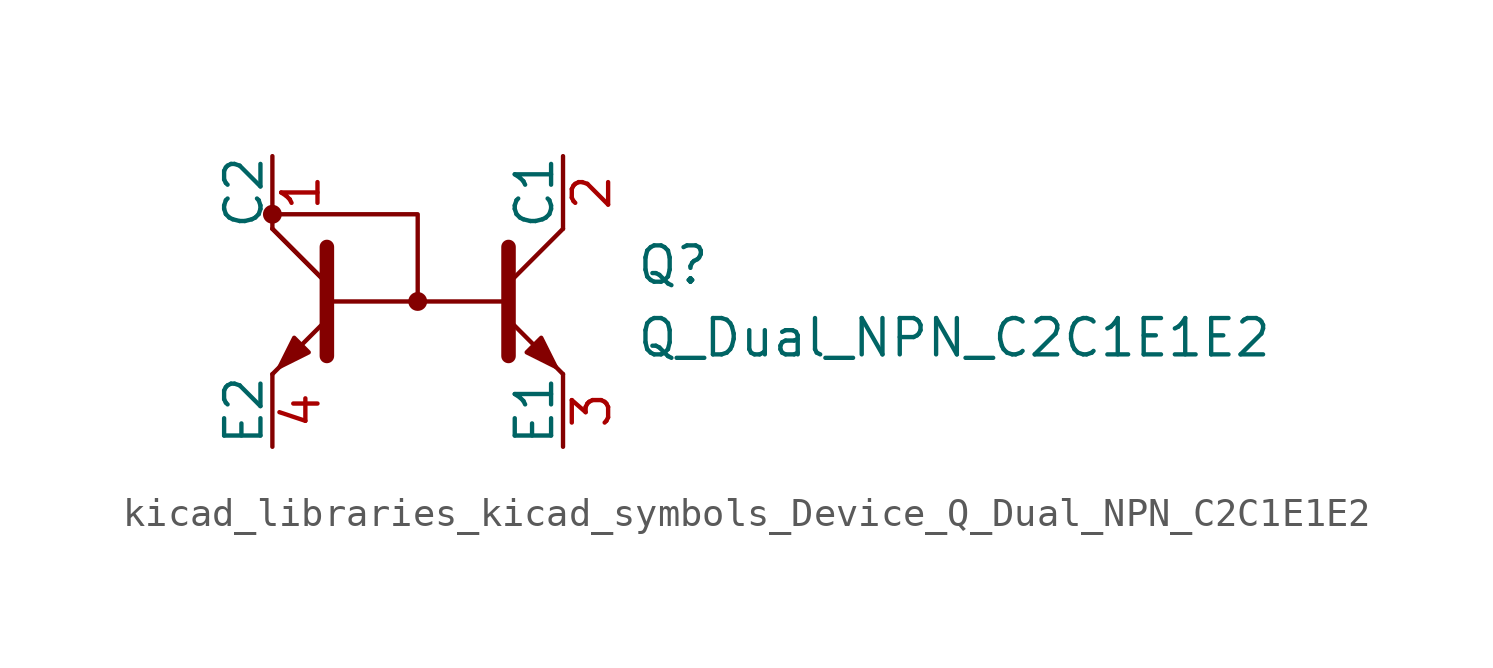
<source format=kicad_sym>
(kicad_symbol_lib
  (version 20220914)
  (generator kicad_symbol_editor)
  (symbol "kicad_libraries_kicad_symbols_Device_Q_Dual_NPN_C2C1E1E2"
    (pin_names
      (offset 0))
    (property "Reference" "Q"
      (at 7.62 1.27 0)
      (effects (font (size 1.27 1.27)) (justify left)))
    (property "Value" "Q_Dual_NPN_C2C1E1E2"
      (at 7.62 -1.27 0)
      (effects (font (size 1.27 1.27)) (justify left)))
    (symbol "kicad_libraries_kicad_symbols_Device_Q_Dual_NPN_C2C1E1E2_0_1"
      (circle (center -5.08 3.048) (radius 0.254) (stroke (width 0) (type default)) (fill (type outline)))
      (polyline (pts (xy -5.08 -2.54) (xy -3.175 -0.635)) (stroke (width 0) (type default)) (fill (type none)))
      (polyline (pts (xy -5.08 2.54) (xy -3.175 0.635)) (stroke (width 0) (type default)) (fill (type none)))
      (polyline (pts (xy -5.08 2.54) (xy -3.175 0.635)) (stroke (width 0) (type default)) (fill (type none)))
      (polyline (pts (xy 3.175 0) (xy -3.175 0)) (stroke (width 0) (type default)) (fill (type none)))
      (polyline (pts (xy 5.08 -2.54) (xy 3.175 -0.635)) (stroke (width 0) (type default)) (fill (type none)))
      (polyline (pts (xy 5.08 2.54) (xy 3.175 0.635)) (stroke (width 0) (type default)) (fill (type none)))
      (polyline (pts (xy -3.175 -1.905) (xy -3.175 1.905) (xy -3.175 1.905)) (stroke (width 0.508) (type default)) (fill (type outline)))
      (polyline (pts (xy 0 0) (xy 0 3.048) (xy -5.08 3.048)) (stroke (width 0) (type default)) (fill (type none)))
      (polyline (pts (xy 3.175 -1.905) (xy 3.175 1.905) (xy 3.175 1.905)) (stroke (width 0.508) (type default)) (fill (type outline)))
      (polyline (pts (xy -3.81 -1.778) (xy -4.318 -1.27) (xy -4.826 -2.286) (xy -3.81 -1.778) (xy -3.81 -1.778)) (stroke (width 0) (type default)) (fill (type outline)))
      (polyline (pts (xy 3.81 -1.778) (xy 4.318 -1.27) (xy 4.826 -2.286) (xy 3.81 -1.778) (xy 3.81 -1.778)) (stroke (width 0) (type default)) (fill (type outline)))
      (circle (center 0 0) (radius 0.254) (stroke (width 0) (type default)) (fill (type outline))))
    (symbol "kicad_libraries_kicad_symbols_Device_Q_Dual_NPN_C2C1E1E2_1_1"
      (pin passive line (at -5.08 5.08 270) (length 2.54) (name "C2" (effects (font (size 1.27 1.27)))) (number "1" (effects (font (size 1.27 1.27)))))
      (pin passive line (at 5.08 5.08 270) (length 2.54) (name "C1" (effects (font (size 1.27 1.27)))) (number "2" (effects (font (size 1.27 1.27)))))
      (pin passive line (at 5.08 -5.08 90) (length 2.54) (name "E1" (effects (font (size 1.27 1.27)))) (number "3" (effects (font (size 1.27 1.27)))))
      (pin passive line (at -5.08 -5.08 90) (length 2.54) (name "E2" (effects (font (size 1.27 1.27)))) (number "4" (effects (font (size 1.27 1.27))))))))
</source>
